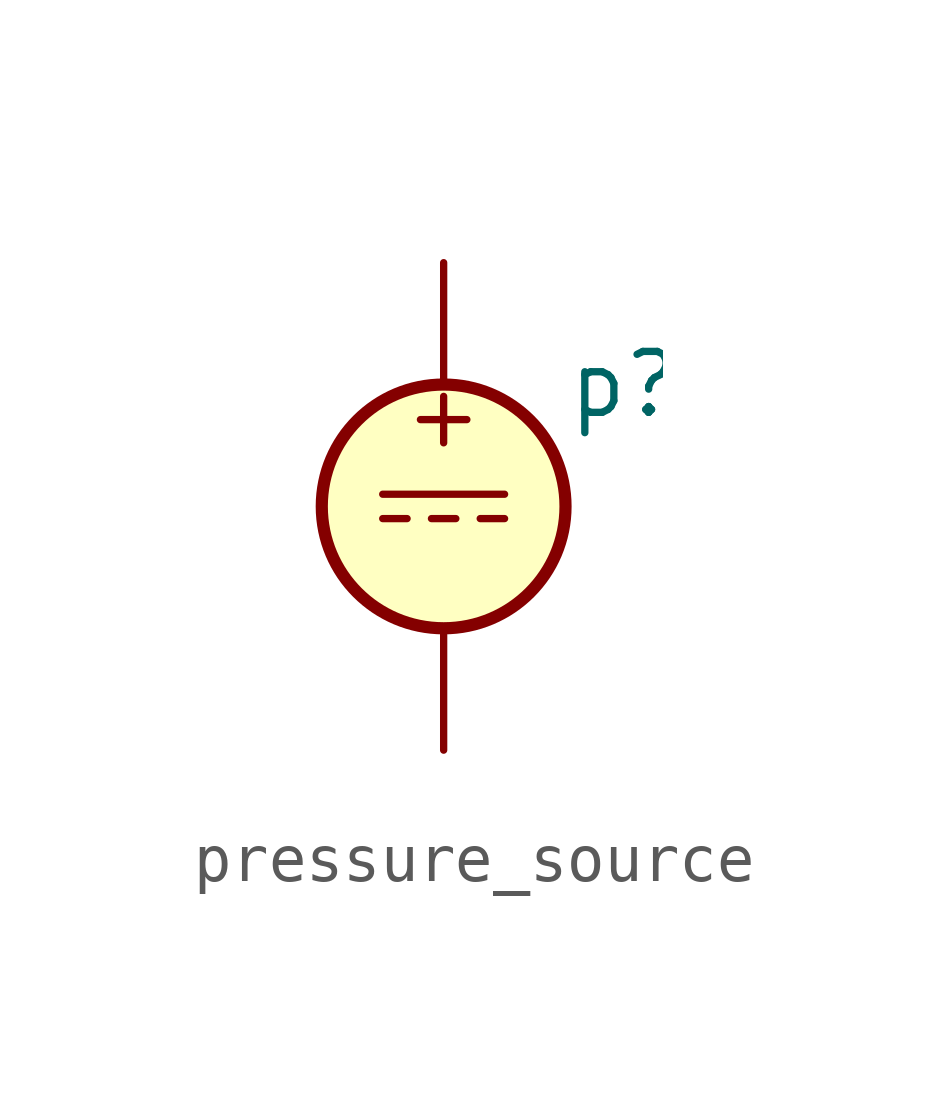
<source format=kicad_sym>
(kicad_symbol_lib
  (version 20231120)
  (generator "kicad_symbol_editor")
  (generator_version "8.0")
  (symbol "pressure_source"
    (pin_numbers hide)
    (pin_names
      (offset 0.025))
    (property "Reference" "p"
      (at 2.54 2.54 0)
      (effects (font (size 1.27 1.27)) (justify left)))
    (property "Value" "${SIM.PARAMS}"
      (at 2.54 0 0)
      (effects (font (size 1.27 1.27)) (justify left)))
    (symbol "pressure_source_0_0"
      (polyline (pts (xy -1.27 0.254) (xy 1.27 0.254)) (stroke (width 0) (type default)) (fill (type none)))
      (polyline (pts (xy -0.762 -0.254) (xy -1.27 -0.254)) (stroke (width 0) (type default)) (fill (type none)))
      (polyline (pts (xy 0.254 -0.254) (xy -0.254 -0.254)) (stroke (width 0) (type default)) (fill (type none)))
      (polyline (pts (xy 1.27 -0.254) (xy 0.762 -0.254)) (stroke (width 0) (type default)) (fill (type none)))
      (text "+" (at 0 1.905 0) (effects (font (size 1.27 1.27)))))
    (symbol "pressure_source_0_1"
      (circle (center 0 0) (radius 2.54) (stroke (width 0.254) (type default)) (fill (type background))))
    (symbol "pressure_source_1_1"
      (pin passive line (at 0 5.08 270) (length 2.54) (name "~" (effects (font (size 1.27 1.27)))) (number "1" (effects (font (size 1.27 1.27)))))
      (pin passive line (at 0 -5.08 90) (length 2.54) (name "~" (effects (font (size 1.27 1.27)))) (number "2" (effects (font (size 1.27 1.27))))))))
</source>
